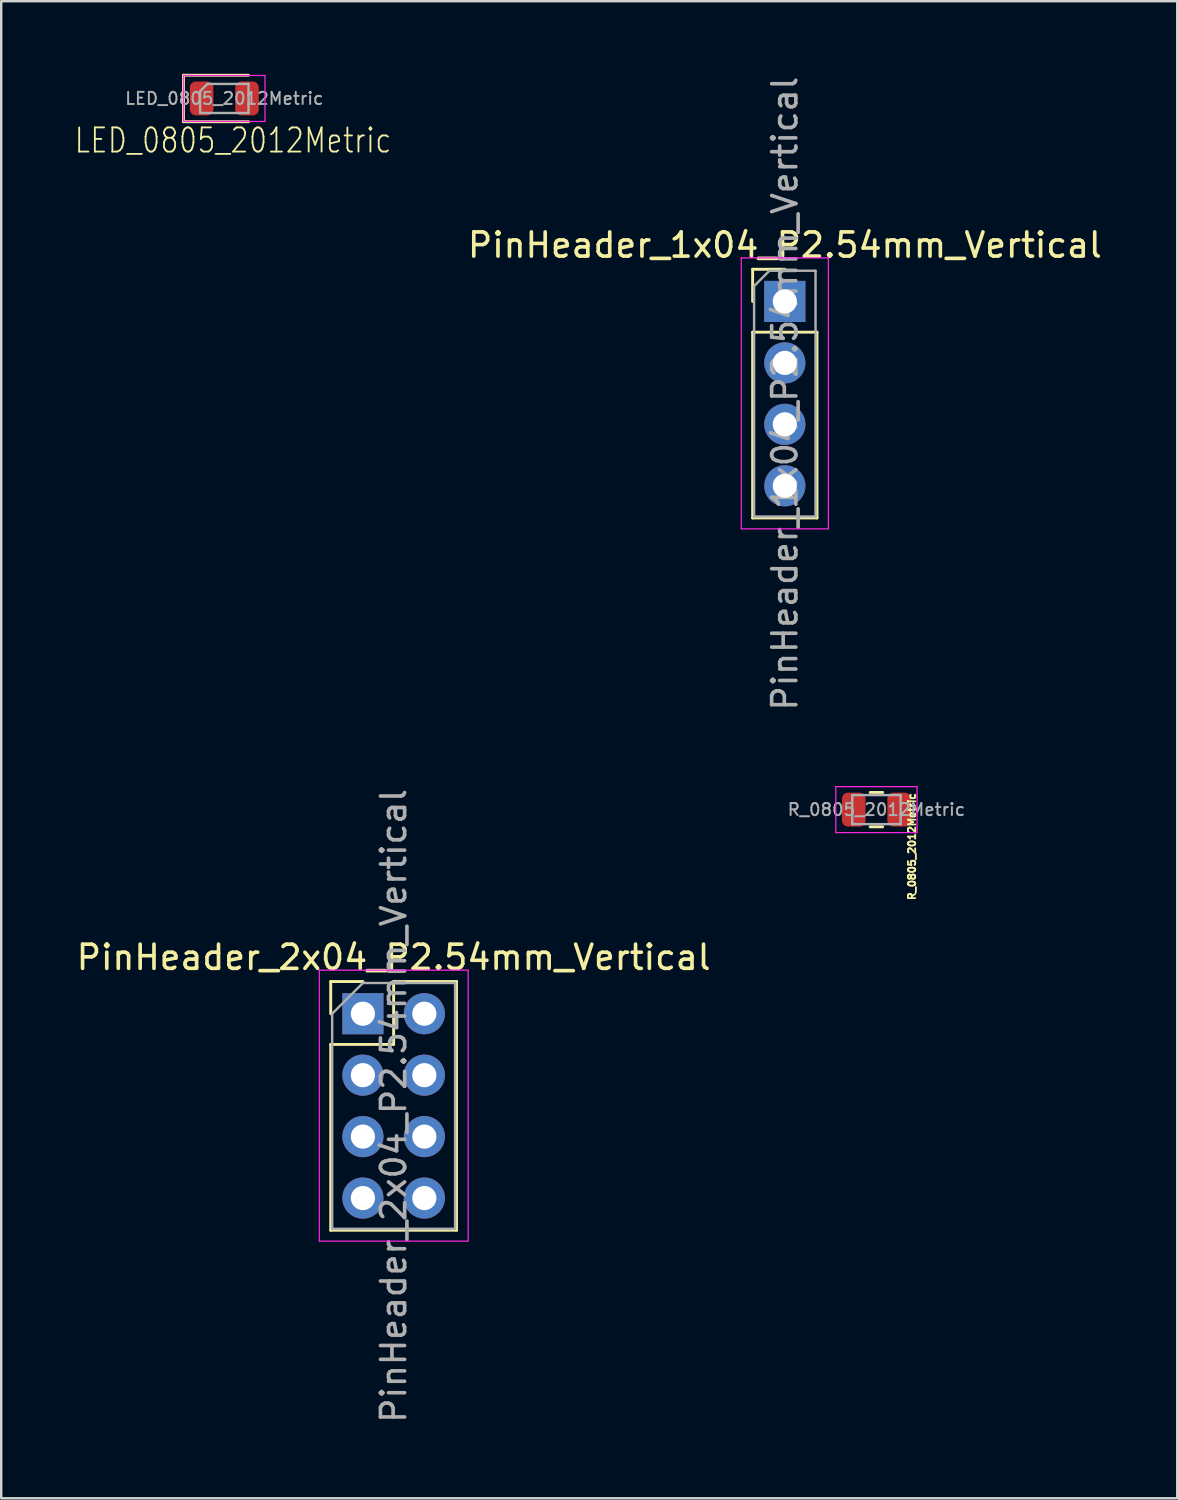
<source format=kicad_pcb>
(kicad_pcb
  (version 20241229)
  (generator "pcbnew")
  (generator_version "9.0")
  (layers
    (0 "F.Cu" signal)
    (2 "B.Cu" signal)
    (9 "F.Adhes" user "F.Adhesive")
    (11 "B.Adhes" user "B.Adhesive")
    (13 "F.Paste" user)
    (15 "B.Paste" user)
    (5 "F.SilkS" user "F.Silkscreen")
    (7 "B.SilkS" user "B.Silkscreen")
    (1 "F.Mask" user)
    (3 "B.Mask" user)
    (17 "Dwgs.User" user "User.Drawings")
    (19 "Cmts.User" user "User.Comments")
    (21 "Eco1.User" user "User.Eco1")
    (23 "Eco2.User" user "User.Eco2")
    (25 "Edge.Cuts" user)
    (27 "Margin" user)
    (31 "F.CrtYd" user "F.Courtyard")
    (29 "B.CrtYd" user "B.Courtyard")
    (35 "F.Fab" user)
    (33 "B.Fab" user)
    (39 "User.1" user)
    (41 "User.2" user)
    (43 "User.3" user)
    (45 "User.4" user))
  (footprint "PinHeader_2x04_P2.54mm_Vertical"
    (layer "F.Cu")
    (at 11.95 38.851)
    (property "Reference" "PinHeader_2x04_P2.54mm_Vertical" (at 1.27 -2.33 0) (layer "F.SilkS") (effects (font (size 1 1) (thickness 0.15))))
    (attr through_hole)
    (fp_line (start -1.33 -1.33) (end 0 -1.33) (stroke (width 0.12) (type solid)) (layer "F.SilkS"))
    (fp_line (start -1.33 0) (end -1.33 -1.33) (stroke (width 0.12) (type solid)) (layer "F.SilkS"))
    (fp_line (start -1.33 1.27) (end -1.33 8.95) (stroke (width 0.12) (type solid)) (layer "F.SilkS"))
    (fp_line (start -1.33 1.27) (end 1.27 1.27) (stroke (width 0.12) (type solid)) (layer "F.SilkS"))
    (fp_line (start -1.33 8.95) (end 3.87 8.95) (stroke (width 0.12) (type solid)) (layer "F.SilkS"))
    (fp_line (start 1.27 -1.33) (end 3.87 -1.33) (stroke (width 0.12) (type solid)) (layer "F.SilkS"))
    (fp_line (start 1.27 1.27) (end 1.27 -1.33) (stroke (width 0.12) (type solid)) (layer "F.SilkS"))
    (fp_line (start 3.87 -1.33) (end 3.87 8.95) (stroke (width 0.12) (type solid)) (layer "F.SilkS"))
    (fp_line (start -1.8 -1.8) (end -1.8 9.4) (stroke (width 0.05) (type solid)) (layer "F.CrtYd"))
    (fp_line (start -1.8 9.4) (end 4.35 9.4) (stroke (width 0.05) (type solid)) (layer "F.CrtYd"))
    (fp_line (start 4.35 -1.8) (end -1.8 -1.8) (stroke (width 0.05) (type solid)) (layer "F.CrtYd"))
    (fp_line (start 4.35 9.4) (end 4.35 -1.8) (stroke (width 0.05) (type solid)) (layer "F.CrtYd"))
    (fp_line (start -1.27 0) (end 0 -1.27) (stroke (width 0.1) (type solid)) (layer "F.Fab"))
    (fp_line (start -1.27 8.89) (end -1.27 0) (stroke (width 0.1) (type solid)) (layer "F.Fab"))
    (fp_line (start 0 -1.27) (end 3.81 -1.27) (stroke (width 0.1) (type solid)) (layer "F.Fab"))
    (fp_line (start 3.81 -1.27) (end 3.81 8.89) (stroke (width 0.1) (type solid)) (layer "F.Fab"))
    (fp_line (start 3.81 8.89) (end -1.27 8.89) (stroke (width 0.1) (type solid)) (layer "F.Fab"))
    (fp_text user "${REFERENCE}" (at 1.27 3.81 90) (layer "F.Fab") (effects (font (size 1 1) (thickness 0.15))))
    (pad "1" thru_hole rect (at 0 0) (size 1.7 1.7) (drill 1) (layers "*.Cu" "*.Mask"))
    (pad "2" thru_hole oval (at 2.54 0) (size 1.7 1.7) (drill 1) (layers "*.Cu" "*.Mask"))
    (pad "3" thru_hole oval (at 0 2.54) (size 1.7 1.7) (drill 1) (layers "*.Cu" "*.Mask"))
    (pad "4" thru_hole oval (at 2.54 2.54) (size 1.7 1.7) (drill 1) (layers "*.Cu" "*.Mask"))
    (pad "5" thru_hole oval (at 0 5.08) (size 1.7 1.7) (drill 1) (layers "*.Cu" "*.Mask"))
    (pad "6" thru_hole oval (at 2.54 5.08) (size 1.7 1.7) (drill 1) (layers "*.Cu" "*.Mask"))
    (pad "7" thru_hole oval (at 0 7.62) (size 1.7 1.7) (drill 1) (layers "*.Cu" "*.Mask"))
    (pad "8" thru_hole oval (at 2.54 7.62) (size 1.7 1.7) (drill 1) (layers "*.Cu" "*.Mask")))
  (footprint "R_0805_2012Metric"
    (layer "F.Cu")
    (at 33.177 30.415)
    (property "Reference" "R_0805_2012Metric" (at 1.467 1.528 90) (layer "F.SilkS") (effects (font (size 0.3 0.3) (thickness 0.075))))
    (attr smd)
    (fp_line (start -0.259 -0.71) (end 0.259 -0.71) (stroke (width 0.12) (type solid)) (layer "F.SilkS"))
    (fp_line (start -0.259 0.71) (end 0.259 0.71) (stroke (width 0.12) (type solid)) (layer "F.SilkS"))
    (fp_line (start -1.68 -0.95) (end 1.68 -0.95) (stroke (width 0.05) (type solid)) (layer "F.CrtYd"))
    (fp_line (start -1.68 0.95) (end -1.68 -0.95) (stroke (width 0.05) (type solid)) (layer "F.CrtYd"))
    (fp_line (start 1.68 -0.95) (end 1.68 0.95) (stroke (width 0.05) (type solid)) (layer "F.CrtYd"))
    (fp_line (start 1.68 0.95) (end -1.68 0.95) (stroke (width 0.05) (type solid)) (layer "F.CrtYd"))
    (fp_line (start -1 -0.6) (end 1 -0.6) (stroke (width 0.1) (type solid)) (layer "F.Fab"))
    (fp_line (start -1 0.6) (end -1 -0.6) (stroke (width 0.1) (type solid)) (layer "F.Fab"))
    (fp_line (start 1 -0.6) (end 1 0.6) (stroke (width 0.1) (type solid)) (layer "F.Fab"))
    (fp_line (start 1 0.6) (end -1 0.6) (stroke (width 0.1) (type solid)) (layer "F.Fab"))
    (fp_text user "${REFERENCE}" (at 0 0 0) (layer "F.Fab") (effects (font (size 0.5 0.5) (thickness 0.08))))
    (pad "1" smd roundrect (at -0.938 0) (size 0.975 1.4) (layers "F.Cu" "F.Mask" "F.Paste") (roundrect_rratio 0.25))
    (pad "2" smd roundrect (at 0.938 0) (size 0.975 1.4) (layers "F.Cu" "F.Mask" "F.Paste") (roundrect_rratio 0.25)))
  (footprint "PinHeader_1x04_P2.54mm_Vertical"
    (layer "F.Cu")
    (at 29.39 9.41)
    (property "Reference" "PinHeader_1x04_P2.54mm_Vertical" (at 0 -2.33 0) (layer "F.SilkS") (effects (font (size 1 1) (thickness 0.15))))
    (attr through_hole)
    (fp_line (start -1.33 -1.33) (end 0 -1.33) (stroke (width 0.12) (type solid)) (layer "F.SilkS"))
    (fp_line (start -1.33 0) (end -1.33 -1.33) (stroke (width 0.12) (type solid)) (layer "F.SilkS"))
    (fp_line (start -1.33 1.27) (end -1.33 8.95) (stroke (width 0.12) (type solid)) (layer "F.SilkS"))
    (fp_line (start -1.33 1.27) (end 1.33 1.27) (stroke (width 0.12) (type solid)) (layer "F.SilkS"))
    (fp_line (start -1.33 8.95) (end 1.33 8.95) (stroke (width 0.12) (type solid)) (layer "F.SilkS"))
    (fp_line (start 1.33 1.27) (end 1.33 8.95) (stroke (width 0.12) (type solid)) (layer "F.SilkS"))
    (fp_line (start -1.8 -1.8) (end -1.8 9.4) (stroke (width 0.05) (type solid)) (layer "F.CrtYd"))
    (fp_line (start -1.8 9.4) (end 1.8 9.4) (stroke (width 0.05) (type solid)) (layer "F.CrtYd"))
    (fp_line (start 1.8 -1.8) (end -1.8 -1.8) (stroke (width 0.05) (type solid)) (layer "F.CrtYd"))
    (fp_line (start 1.8 9.4) (end 1.8 -1.8) (stroke (width 0.05) (type solid)) (layer "F.CrtYd"))
    (fp_line (start -1.27 -0.635) (end -0.635 -1.27) (stroke (width 0.1) (type solid)) (layer "F.Fab"))
    (fp_line (start -1.27 8.89) (end -1.27 -0.635) (stroke (width 0.1) (type solid)) (layer "F.Fab"))
    (fp_line (start -0.635 -1.27) (end 1.27 -1.27) (stroke (width 0.1) (type solid)) (layer "F.Fab"))
    (fp_line (start 1.27 -1.27) (end 1.27 8.89) (stroke (width 0.1) (type solid)) (layer "F.Fab"))
    (fp_line (start 1.27 8.89) (end -1.27 8.89) (stroke (width 0.1) (type solid)) (layer "F.Fab"))
    (fp_text user "${REFERENCE}" (at 0 3.81 90) (layer "F.Fab") (effects (font (size 1 1) (thickness 0.15))))
    (pad "1" thru_hole rect (at 0 0) (size 1.7 1.7) (drill 1) (layers "*.Cu" "*.Mask"))
    (pad "2" thru_hole oval (at 0 2.54) (size 1.7 1.7) (drill 1) (layers "*.Cu" "*.Mask"))
    (pad "3" thru_hole oval (at 0 5.08) (size 1.7 1.7) (drill 1) (layers "*.Cu" "*.Mask"))
    (pad "4" thru_hole oval (at 0 7.62) (size 1.7 1.7) (drill 1) (layers "*.Cu" "*.Mask")))
  (footprint "LED_0805_2012Metric"
    (layer "F.Cu")
    (at 6.222 1.02)
    (property "Reference" "LED_0805_2012Metric" (at 0.363 1.737 0) (layer "F.SilkS") (effects (font (size 1 0.8) (thickness 0.075))))
    (attr smd)
    (fp_line (start -1.685 -0.96) (end -1.685 0.96) (stroke (width 0.12) (type solid)) (layer "F.SilkS"))
    (fp_line (start -1.685 0.96) (end 1 0.96) (stroke (width 0.12) (type solid)) (layer "F.SilkS"))
    (fp_line (start 1 -0.96) (end -1.685 -0.96) (stroke (width 0.12) (type solid)) (layer "F.SilkS"))
    (fp_line (start -1.68 -0.95) (end 1.68 -0.95) (stroke (width 0.05) (type solid)) (layer "F.CrtYd"))
    (fp_line (start -1.68 0.95) (end -1.68 -0.95) (stroke (width 0.05) (type solid)) (layer "F.CrtYd"))
    (fp_line (start 1.68 -0.95) (end 1.68 0.95) (stroke (width 0.05) (type solid)) (layer "F.CrtYd"))
    (fp_line (start 1.68 0.95) (end -1.68 0.95) (stroke (width 0.05) (type solid)) (layer "F.CrtYd"))
    (fp_line (start -1 -0.3) (end -1 0.6) (stroke (width 0.1) (type solid)) (layer "F.Fab"))
    (fp_line (start -1 0.6) (end 1 0.6) (stroke (width 0.1) (type solid)) (layer "F.Fab"))
    (fp_line (start -0.7 -0.6) (end -1 -0.3) (stroke (width 0.1) (type solid)) (layer "F.Fab"))
    (fp_line (start 1 -0.6) (end -0.7 -0.6) (stroke (width 0.1) (type solid)) (layer "F.Fab"))
    (fp_line (start 1 0.6) (end 1 -0.6) (stroke (width 0.1) (type solid)) (layer "F.Fab"))
    (fp_text user "${REFERENCE}" (at 0 0 0) (layer "F.Fab") (effects (font (size 0.5 0.5) (thickness 0.08))))
    (pad "1" smd roundrect (at -0.938 0) (size 0.975 1.4) (layers "F.Cu" "F.Mask" "F.Paste") (roundrect_rratio 0.25))
    (pad "2" smd roundrect (at 0.938 0) (size 0.975 1.4) (layers "F.Cu" "F.Mask" "F.Paste") (roundrect_rratio 0.25)))
  (gr_rect
    (start -3 -3)
    (end 45.61 58.881)
    (stroke (width 0.1) (type default))
    (fill no)
    (layer "Edge.Cuts")))
</source>
